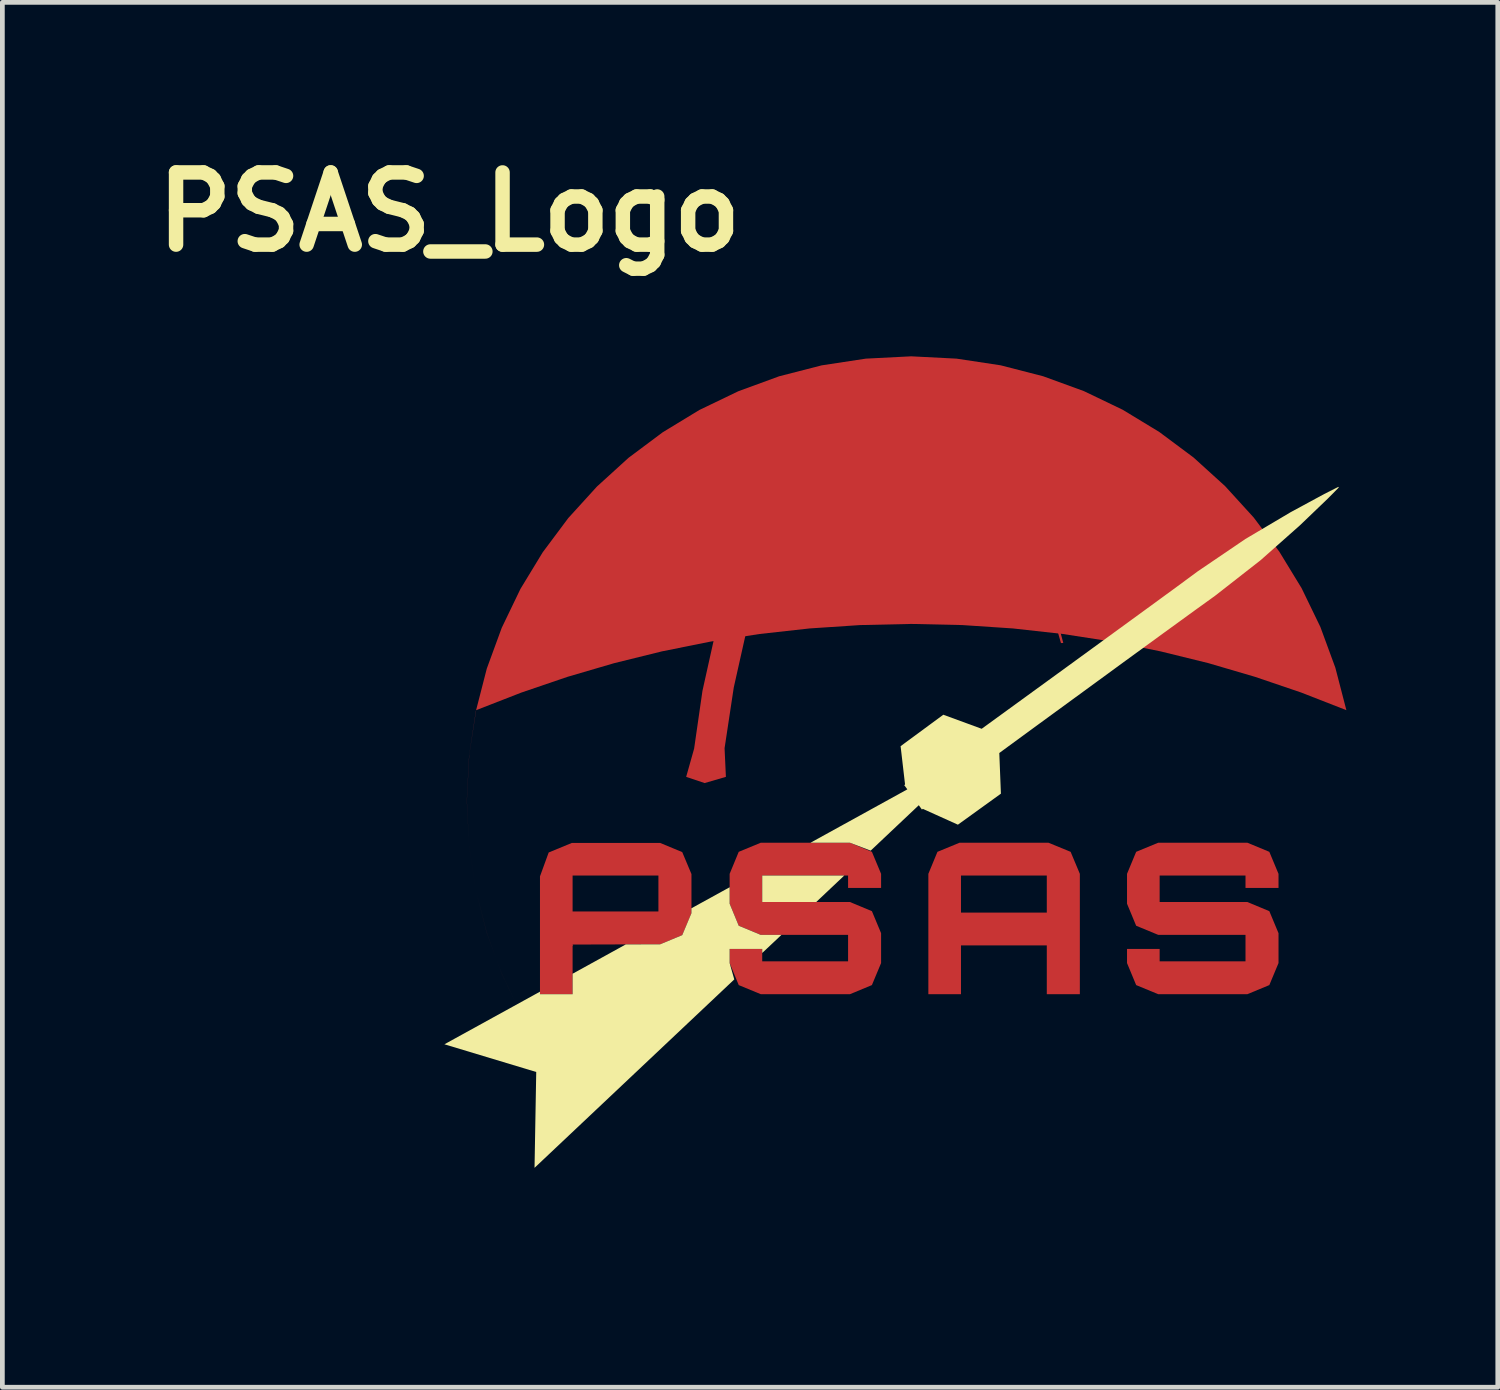
<source format=kicad_pcb>
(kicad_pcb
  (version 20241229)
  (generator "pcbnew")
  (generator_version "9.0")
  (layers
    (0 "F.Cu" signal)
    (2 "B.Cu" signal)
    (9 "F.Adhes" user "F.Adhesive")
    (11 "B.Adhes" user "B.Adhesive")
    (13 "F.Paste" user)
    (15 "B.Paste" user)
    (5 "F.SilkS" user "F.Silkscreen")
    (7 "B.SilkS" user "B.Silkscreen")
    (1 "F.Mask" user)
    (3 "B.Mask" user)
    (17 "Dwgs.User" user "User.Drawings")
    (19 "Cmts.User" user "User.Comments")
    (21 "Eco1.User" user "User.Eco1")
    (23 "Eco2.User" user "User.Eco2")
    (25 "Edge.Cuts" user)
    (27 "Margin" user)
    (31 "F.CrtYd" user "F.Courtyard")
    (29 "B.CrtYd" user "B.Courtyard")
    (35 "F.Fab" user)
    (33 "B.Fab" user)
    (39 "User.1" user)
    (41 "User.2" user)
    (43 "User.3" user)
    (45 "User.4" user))
  (footprint "PSAS_Logo"
    (layer "F.Cu")
    (at 6.437 4.449)
    (property "Reference" "PSAS_Logo" (at 0 -3.023 0) (layer "F.SilkS") (effects (font (size 1.524 1.524) (thickness 0.305))))
    (attr exclude_from_pos_files exclude_from_bom)
    (fp_poly (pts (xy 1.973 14.657) (xy 2.513 15.379) (xy 1.973 14.657)) (stroke (width 0) (type solid)) (fill yes) (layer "F.Cu"))
    (fp_poly (pts (xy 2.514 15.379) (xy 2.989 15.91) (xy 2.514 15.379)) (stroke (width 0) (type solid)) (fill yes) (layer "F.Cu"))
    (fp_poly (pts (xy 18.946 7.511) (xy 18.975 7.667) (xy 18.946 7.511)) (stroke (width 0) (type solid)) (fill yes) (layer "F.Cu"))
    (fp_poly (pts (xy 9.433 1.034) (xy 9.534 1.437) (xy 10.121 1.547) (xy 10.692 1.869) (xy 11.236 2.386) (xy 11.741 3.081) (xy 12.197 3.94) (xy 12.592 4.944) (xy 12.916 6.08) (xy 12.965 6.077) (xy 12.635 4.846) (xy 12.238 3.755) (xy 11.779 2.823) (xy 11.264 2.067) (xy 10.698 1.505) (xy 10.086 1.155) (xy 9.433 1.034) (xy 9.433 1.034)) (stroke (width 0) (type solid)) (fill yes) (layer "F.Cu"))
    (fp_poly (pts (xy 10.774 10.296) (xy 10.308 10.488) (xy 10.116 10.953) (xy 10.116 13.494) (xy 10.805 13.494) (xy 10.805 12.464) (xy 10.805 11.771) (xy 10.805 10.989) (xy 12.617 10.989) (xy 12.617 11.771) (xy 10.805 11.771) (xy 10.805 12.464) (xy 12.617 12.464) (xy 12.617 13.494) (xy 13.315 13.494) (xy 13.315 10.953) (xy 13.12 10.488) (xy 12.653 10.296) (xy 10.774 10.296)) (stroke (width 0) (type solid)) (fill yes) (layer "F.Cu"))
    (fp_poly (pts (xy 1.915 11.006) (xy 1.915 13.494) (xy 2.604 13.494) (xy 2.604 12.468) (xy 2.617 12.472) (xy 2.604 12.446) (xy 4.416 12.441) (xy 4.416 11.748) (xy 2.604 11.748) (xy 2.604 10.989) (xy 4.416 10.989) (xy 4.416 11.748) (xy 4.416 12.441) (xy 4.452 12.441) (xy 4.919 12.248) (xy 5.114 11.784) (xy 5.114 10.958) (xy 4.919 10.494) (xy 4.452 10.3) (xy 2.588 10.3) (xy 2.099 10.502) (xy 1.915 11.006)) (stroke (width 0) (type solid)) (fill yes) (layer "F.Cu"))
    (fp_poly (pts (xy 9.433 1.034) (xy 8.858 1.125) (xy 8.294 1.39) (xy 7.749 1.816) (xy 7.23 2.391) (xy 6.748 3.104) (xy 6.309 3.943) (xy 5.924 4.894) (xy 5.6 5.947) (xy 5.346 7.089) (xy 5.17 8.309) (xy 5.002 8.905) (xy 5.392 9.036) (xy 5.841 8.905) (xy 5.813 8.3) (xy 6.007 7.018) (xy 6.273 5.831) (xy 6.604 4.754) (xy 6.991 3.802) (xy 7.428 2.99) (xy 7.908 2.333) (xy 8.424 1.845) (xy 8.969 1.541) (xy 9.534 1.437) (xy 9.433 1.034) (xy 9.433 1.034)) (stroke (width 0) (type solid)) (fill yes) (layer "F.Cu"))
    (fp_poly (pts (xy 9.118 10.953) (xy 8.924 10.488) (xy 8.461 10.296) (xy 6.577 10.296) (xy 6.112 10.488) (xy 5.92 10.953) (xy 5.92 11.584) (xy 6.112 12.049) (xy 6.577 12.241) (xy 8.421 12.241) (xy 8.421 12.801) (xy 6.608 12.801) (xy 6.608 12.539) (xy 5.92 12.539) (xy 5.92 12.837) (xy 6.112 13.302) (xy 6.577 13.494) (xy 8.461 13.494) (xy 8.924 13.302) (xy 9.118 12.837) (xy 9.118 12.206) (xy 8.924 11.741) (xy 8.461 11.548) (xy 6.608 11.548) (xy 6.608 10.989) (xy 8.421 10.989) (xy 8.421 11.251) (xy 9.118 11.251) (xy 9.118 10.953)) (stroke (width 0) (type solid)) (fill yes) (layer "F.Cu"))
    (fp_poly (pts (xy 17.51 10.953) (xy 17.316 10.488) (xy 16.853 10.296) (xy 14.969 10.296) (xy 14.504 10.488) (xy 14.311 10.953) (xy 14.311 11.584) (xy 14.504 12.049) (xy 14.969 12.241) (xy 16.813 12.241) (xy 16.813 12.801) (xy 15 12.801) (xy 15 12.539) (xy 14.311 12.539) (xy 14.311 12.837) (xy 14.504 13.302) (xy 14.969 13.494) (xy 16.853 13.494) (xy 17.316 13.302) (xy 17.51 12.837) (xy 17.51 12.206) (xy 17.316 11.741) (xy 16.853 11.548) (xy 15 11.548) (xy 15 10.989) (xy 16.813 10.989) (xy 16.813 11.251) (xy 17.51 11.251) (xy 17.51 10.953)) (stroke (width 0) (type solid)) (fill yes) (layer "F.Cu"))
    (fp_poly (pts (xy 9.754 0.025) (xy 8.795 0.074) (xy 7.863 0.216) (xy 6.964 0.447) (xy 6.102 0.763) (xy 5.281 1.158) (xy 4.508 1.628) (xy 3.785 2.168) (xy 3.119 2.774) (xy 2.513 3.44) (xy 1.973 4.163) (xy 1.503 4.936) (xy 1.108 5.757) (xy 0.792 6.619) (xy 0.561 7.518) (xy 0.419 8.45) (xy 0.37 9.41) (xy 0.419 10.369) (xy 0.561 11.301) (xy 0.792 12.2) (xy 1.108 13.062) (xy 1.503 13.883) (xy 1.973 14.656) (xy 1.503 13.883) (xy 1.108 13.063) (xy 0.793 12.201) (xy 0.561 11.301) (xy 0.419 10.37) (xy 0.371 9.41) (xy 0.421 8.44) (xy 0.567 7.497) (xy 1.52 7.126) (xy 2.493 6.794) (xy 3.483 6.504) (xy 4.491 6.255) (xy 5.516 6.049) (xy 6.555 5.888) (xy 7.609 5.771) (xy 8.675 5.7) (xy 9.754 5.676) (xy 10.834 5.7) (xy 11.901 5.771) (xy 12.954 5.888) (xy 13.994 6.049) (xy 15.018 6.255) (xy 16.026 6.503) (xy 17.017 6.794) (xy 17.99 7.125) (xy 18.943 7.497) (xy 18.71 6.6) (xy 18.394 5.74) (xy 17.998 4.922) (xy 17.527 4.15) (xy 16.987 3.43) (xy 16.381 2.765) (xy 15.715 2.161) (xy 14.993 1.623) (xy 14.221 1.154) (xy 13.401 0.76) (xy 12.54 0.446) (xy 11.643 0.215) (xy 10.712 0.074) (xy 9.754 0.025)) (stroke (width 0) (type solid)) (fill yes) (layer "F.Cu"))
    (fp_poly (pts (xy 9.433 1.034) (xy 9.534 1.437) (xy 10.121 1.547) (xy 10.692 1.869) (xy 11.236 2.386) (xy 11.741 3.081) (xy 12.197 3.94) (xy 12.592 4.944) (xy 12.916 6.08) (xy 12.965 6.077) (xy 12.635 4.846) (xy 12.238 3.755) (xy 11.779 2.823) (xy 11.264 2.067) (xy 10.698 1.505) (xy 10.086 1.155) (xy 9.433 1.034) (xy 9.433 1.034)) (stroke (width 0) (type solid)) (fill yes) (layer "F.Mask"))
    (fp_poly (pts (xy 10.774 10.296) (xy 10.308 10.488) (xy 10.116 10.953) (xy 10.116 13.494) (xy 10.805 13.494) (xy 10.805 11.771) (xy 10.805 10.989) (xy 12.617 10.989) (xy 12.617 11.771) (xy 10.805 11.771) (xy 10.805 13.494) (xy 10.805 12.464) (xy 12.617 12.464) (xy 12.617 13.494) (xy 13.315 13.494) (xy 13.315 10.953) (xy 13.12 10.488) (xy 12.653 10.296) (xy 10.774 10.296)) (stroke (width 0) (type solid)) (fill yes) (layer "F.Mask"))
    (fp_poly (pts (xy 1.915 11.006) (xy 1.915 13.494) (xy 2.604 13.494) (xy 2.604 12.468) (xy 2.617 12.472) (xy 2.604 12.446) (xy 4.416 12.441) (xy 4.416 11.748) (xy 2.604 11.748) (xy 2.604 10.989) (xy 4.416 10.989) (xy 4.416 11.748) (xy 4.416 12.441) (xy 4.452 12.441) (xy 4.919 12.248) (xy 5.114 11.784) (xy 5.114 10.958) (xy 4.919 10.494) (xy 4.452 10.3) (xy 2.588 10.3) (xy 2.099 10.502) (xy 1.915 11.006)) (stroke (width 0) (type solid)) (fill yes) (layer "F.Mask"))
    (fp_poly (pts (xy 9.433 1.034) (xy 8.858 1.125) (xy 8.294 1.39) (xy 7.749 1.816) (xy 7.23 2.391) (xy 6.748 3.104) (xy 6.309 3.943) (xy 5.924 4.894) (xy 5.6 5.947) (xy 5.346 7.089) (xy 5.17 8.309) (xy 5.002 8.905) (xy 5.392 9.036) (xy 5.841 8.905) (xy 5.813 8.3) (xy 6.007 7.018) (xy 6.273 5.831) (xy 6.604 4.754) (xy 6.991 3.802) (xy 7.428 2.99) (xy 7.908 2.333) (xy 8.424 1.845) (xy 8.969 1.541) (xy 9.534 1.437) (xy 9.433 1.034) (xy 9.433 1.034)) (stroke (width 0) (type solid)) (fill yes) (layer "F.Mask"))
    (fp_poly (pts (xy 9.118 10.953) (xy 8.924 10.488) (xy 8.461 10.296) (xy 6.577 10.296) (xy 6.112 10.488) (xy 5.92 10.953) (xy 5.92 11.584) (xy 6.112 12.049) (xy 6.577 12.241) (xy 8.421 12.241) (xy 8.421 12.801) (xy 6.608 12.801) (xy 6.608 12.539) (xy 5.92 12.539) (xy 5.92 12.837) (xy 6.112 13.302) (xy 6.577 13.494) (xy 8.461 13.494) (xy 8.924 13.302) (xy 9.118 12.837) (xy 9.118 12.206) (xy 8.924 11.741) (xy 8.461 11.548) (xy 6.608 11.548) (xy 6.608 10.989) (xy 8.421 10.989) (xy 8.421 11.251) (xy 9.118 11.251) (xy 9.118 10.953)) (stroke (width 0) (type solid)) (fill yes) (layer "F.Mask"))
    (fp_poly (pts (xy 17.51 10.953) (xy 17.316 10.488) (xy 16.853 10.296) (xy 14.969 10.296) (xy 14.504 10.488) (xy 14.311 10.953) (xy 14.311 11.584) (xy 14.504 12.049) (xy 14.969 12.241) (xy 16.813 12.241) (xy 16.813 12.801) (xy 15 12.801) (xy 15 12.539) (xy 14.311 12.539) (xy 14.311 12.837) (xy 14.504 13.302) (xy 14.969 13.494) (xy 16.853 13.494) (xy 17.316 13.302) (xy 17.51 12.837) (xy 17.51 12.206) (xy 17.316 11.741) (xy 16.853 11.548) (xy 15 11.548) (xy 15 10.989) (xy 16.813 10.989) (xy 16.813 11.251) (xy 17.51 11.251) (xy 17.51 10.953)) (stroke (width 0) (type solid)) (fill yes) (layer "F.Mask"))
    (fp_poly (pts (xy 9.754 5.676) (xy 8.675 5.7) (xy 7.609 5.771) (xy 6.555 5.888) (xy 5.516 6.049) (xy 4.491 6.255) (xy 3.483 6.504) (xy 2.493 6.794) (xy 1.52 7.126) (xy 0.567 7.497) (xy 0.421 8.44) (xy 0.371 9.41) (xy 0.416 10.33) (xy 0.547 11.225) (xy 0.761 12.09) (xy 1.052 12.921) (xy 1.417 13.715) (xy 1.915 13.441) (xy 1.915 13.494) (xy 2.604 13.494) (xy 2.604 13.062) (xy 3.727 12.443) (xy 4.452 12.441) (xy 4.919 12.247) (xy 5.113 11.784) (xy 5.113 11.68) (xy 5.92 11.236) (xy 5.92 11.584) (xy 6.112 12.049) (xy 6.577 12.242) (xy 7.014 12.242) (xy 6.608 12.624) (xy 6.608 12.539) (xy 5.92 12.539) (xy 5.92 12.837) (xy 6.018 13.182) (xy 3.054 15.978) (xy 3.723 16.597) (xy 4.45 17.151) (xy 5.23 17.632) (xy 6.059 18.037) (xy 6.93 18.361) (xy 7.748 18.574) (xy 7.748 11.548) (xy 6.608 11.548) (xy 6.608 10.988) (xy 8.341 10.988) (xy 7.748 11.548) (xy 7.748 18.574) (xy 7.839 18.598) (xy 8.783 18.744) (xy 9.754 18.794) (xy 10.714 18.746) (xy 11.646 18.603) (xy 12.545 18.372) (xy 13.407 18.057) (xy 14.228 17.662) (xy 15.002 17.192) (xy 15.724 16.651) (xy 16.391 16.046) (xy 16.996 15.379) (xy 17.537 14.657) (xy 18.007 13.883) (xy 18.402 13.063) (xy 18.718 12.201) (xy 18.949 11.302) (xy 19.091 10.37) (xy 19.14 9.41) (xy 19.09 8.44) (xy 18.944 7.497) (xy 18.115 7.172) (xy 17.273 6.877) (xy 16.416 6.613) (xy 15.545 6.38) (xy 14.662 6.18) (xy 13.921 6.719) (xy 13.174 7.263) (xy 12.409 7.82) (xy 11.614 8.401) (xy 11.648 9.26) (xy 10.74 9.915) (xy 10 9.581) (xy 9.98 9.595) (xy 9.914 9.504) (xy 8.898 10.463) (xy 8.46 10.296) (xy 7.627 10.296) (xy 9.672 9.169) (xy 9.606 9.079) (xy 9.624 9.067) (xy 9.53 8.257) (xy 10.432 7.593) (xy 11.242 7.89) (xy 11.899 7.412) (xy 12.521 6.959) (xy 13.145 6.503) (xy 13.81 6.018) (xy 12.815 5.87) (xy 11.806 5.763) (xy 10.786 5.698) (xy 9.754 5.676)) (stroke (width 0) (type solid)) (fill yes) (layer "F.Mask"))
    (fp_poly (pts (xy 6.608 10.988) (xy 6.608 11.548) (xy 7.748 11.548) (xy 8.341 10.988) (xy 6.608 10.988)) (stroke (width 0) (type solid)) (fill yes) (layer "F.SilkS"))
    (fp_poly (pts (xy 5.92 11.236) (xy 5.113 11.68) (xy 5.113 11.784) (xy 4.919 12.247) (xy 4.452 12.441) (xy 3.727 12.443) (xy 2.604 13.062) (xy 2.604 13.494) (xy 1.915 13.494) (xy 1.915 13.441) (xy -0.103 14.552) (xy 1.836 15.137) (xy 1.8 17.161) (xy 6.018 13.182) (xy 5.92 12.837) (xy 5.92 12.539) (xy 6.608 12.539) (xy 6.608 12.624) (xy 7.014 12.242) (xy 6.577 12.242) (xy 6.112 12.049) (xy 5.92 11.584) (xy 5.92 11.236)) (stroke (width 0) (type solid)) (fill yes) (layer "F.SilkS"))
    (fp_poly (pts (xy 18.789 2.781) (xy 18.755 2.791) (xy 18.476 2.932) (xy 17.765 3.317) (xy 16.811 3.882) (xy 15.802 4.567) (xy 15.379 4.879) (xy 14.727 5.355) (xy 13.917 5.945) (xy 13.02 6.598) (xy 12.105 7.263) (xy 11.242 7.89) (xy 10.432 7.593) (xy 9.53 8.257) (xy 9.624 9.067) (xy 9.606 9.079) (xy 9.672 9.169) (xy 7.627 10.296) (xy 8.46 10.296) (xy 8.898 10.463) (xy 9.914 9.504) (xy 9.98 9.595) (xy 10 9.581) (xy 10.74 9.915) (xy 11.648 9.26) (xy 11.614 8.401) (xy 12.475 7.771) (xy 13.389 7.104) (xy 14.284 6.45) (xy 15.093 5.861) (xy 15.746 5.387) (xy 16.172 5.08) (xy 17.133 4.329) (xy 17.963 3.593) (xy 18.546 3.034) (xy 18.766 2.812) (xy 18.789 2.781)) (stroke (width 0) (type solid)) (fill yes) (layer "F.SilkS")))
  (gr_rect
    (start -3 -3)
    (end 28.577 26.243)
    (stroke (width 0.1) (type default))
    (fill no)
    (layer "Edge.Cuts")))
</source>
